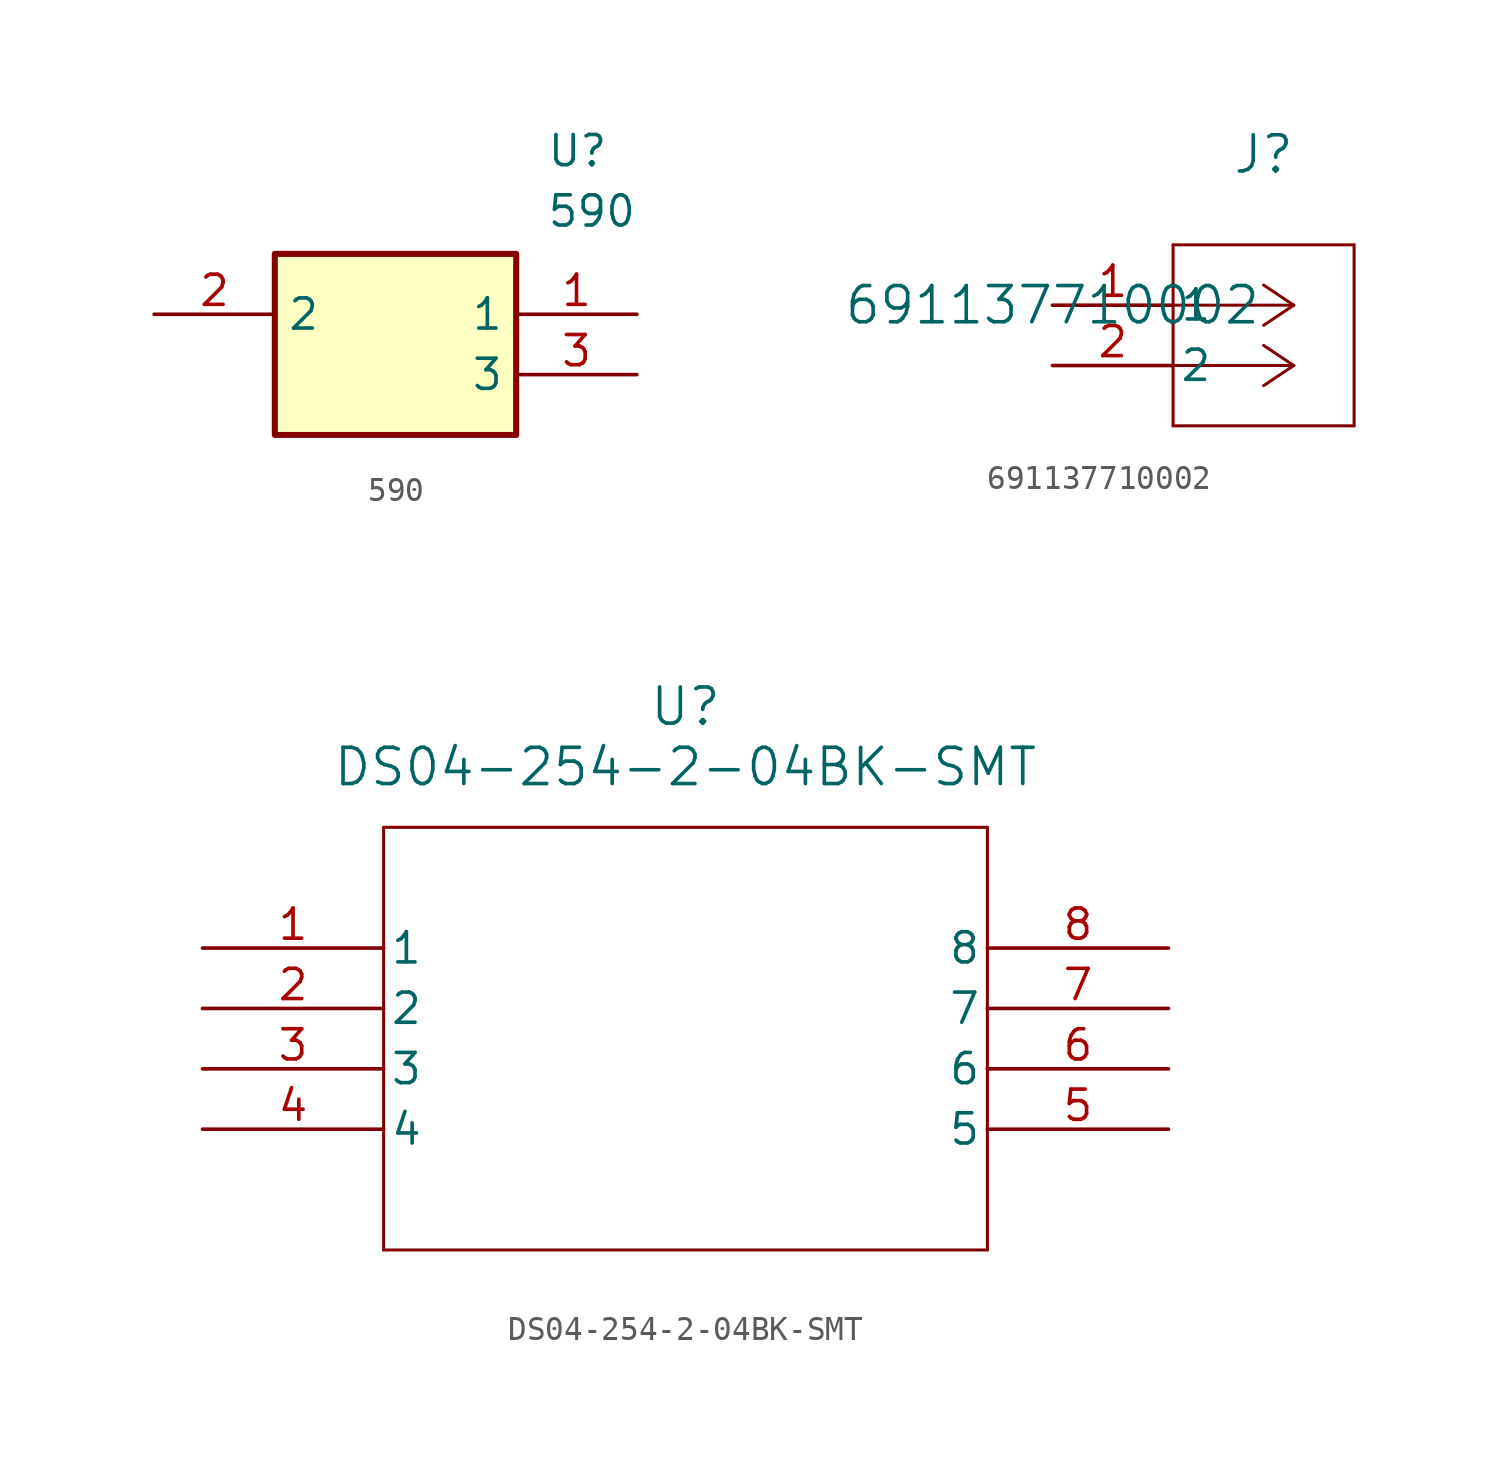
<source format=kicad_sym>
(kicad_symbol_lib
  (version 20231120)
  (generator "kicad_symbol_editor")
  (generator_version "8.0")
  (symbol "590"
    (property "Reference" "U"
      (at 16.51 7.62 0)
      (effects (font (size 1.27 1.27)) (justify left top)))
    (property "Value" "590"
      (at 16.51 5.08 0)
      (effects (font (size 1.27 1.27)) (justify left top)))
    (symbol "590_1_1"
      (rectangle (start 5.08 2.54) (end 15.24 -5.08) (stroke (width 0.254) (type default)) (fill (type background)))
      (pin passive line (at 20.32 0 180) (length 5.08) (name "1" (effects (font (size 1.27 1.27)))) (number "1" (effects (font (size 1.27 1.27)))))
      (pin passive line (at 0 0 0) (length 5.08) (name "2" (effects (font (size 1.27 1.27)))) (number "2" (effects (font (size 1.27 1.27)))))
      (pin passive line (at 20.32 -2.54 180) (length 5.08) (name "3" (effects (font (size 1.27 1.27)))) (number "3" (effects (font (size 1.27 1.27)))))))
  (symbol "691137710002"
    (pin_names
      (offset 0.254))
    (property "Reference" "J"
      (at 8.89 6.35 0)
      (effects (font (size 1.524 1.524))))
    (property "Value" "691137710002"
      (at 0 0 0)
      (effects (font (size 1.524 1.524))))
    (property "ki_locked" ""
      (at 0 0 0)
      (effects (font (size 1.27 1.27))))
    (symbol "691137710002_0_1"
      (polyline (pts (xy 5.08 -5.08) (xy 12.7 -5.08)) (stroke (width 0.127) (type default)) (fill (type none)))
      (polyline (pts (xy 5.08 2.54) (xy 5.08 -5.08)) (stroke (width 0.127) (type default)) (fill (type none)))
      (polyline (pts (xy 10.16 -2.54) (xy 5.08 -2.54)) (stroke (width 0.127) (type default)) (fill (type none)))
      (polyline (pts (xy 10.16 -2.54) (xy 8.89 -3.387)) (stroke (width 0.127) (type default)) (fill (type none)))
      (polyline (pts (xy 10.16 -2.54) (xy 8.89 -1.693)) (stroke (width 0.127) (type default)) (fill (type none)))
      (polyline (pts (xy 10.16 0) (xy 5.08 0)) (stroke (width 0.127) (type default)) (fill (type none)))
      (polyline (pts (xy 10.16 0) (xy 8.89 -0.847)) (stroke (width 0.127) (type default)) (fill (type none)))
      (polyline (pts (xy 10.16 0) (xy 8.89 0.847)) (stroke (width 0.127) (type default)) (fill (type none)))
      (polyline (pts (xy 12.7 -5.08) (xy 12.7 2.54)) (stroke (width 0.127) (type default)) (fill (type none)))
      (polyline (pts (xy 12.7 2.54) (xy 5.08 2.54)) (stroke (width 0.127) (type default)) (fill (type none)))
      (pin unspecified line (at 0 0 0) (length 5.08) (name "1" (effects (font (size 1.27 1.27)))) (number "1" (effects (font (size 1.27 1.27)))))
      (pin unspecified line (at 0 -2.54 0) (length 5.08) (name "2" (effects (font (size 1.27 1.27)))) (number "2" (effects (font (size 1.27 1.27)))))))
  (symbol "DS04-254-2-04BK-SMT"
    (pin_names
      (offset 0.254))
    (property "Reference" "U"
      (at 20.32 10.16 0)
      (effects (font (size 1.524 1.524))))
    (property "Value" "DS04-254-2-04BK-SMT"
      (at 20.32 7.62 0)
      (effects (font (size 1.524 1.524))))
    (property "ki_locked" ""
      (at 0 0 0)
      (effects (font (size 1.27 1.27))))
    (symbol "DS04-254-2-04BK-SMT_0_1"
      (polyline (pts (xy 7.62 -12.7) (xy 33.02 -12.7)) (stroke (width 0.127) (type default)) (fill (type none)))
      (polyline (pts (xy 7.62 5.08) (xy 7.62 -12.7)) (stroke (width 0.127) (type default)) (fill (type none)))
      (polyline (pts (xy 33.02 -12.7) (xy 33.02 5.08)) (stroke (width 0.127) (type default)) (fill (type none)))
      (polyline (pts (xy 33.02 5.08) (xy 7.62 5.08)) (stroke (width 0.127) (type default)) (fill (type none)))
      (pin unspecified line (at 0 0 0) (length 7.62) (name "1" (effects (font (size 1.27 1.27)))) (number "1" (effects (font (size 1.27 1.27)))))
      (pin unspecified line (at 0 -2.54 0) (length 7.62) (name "2" (effects (font (size 1.27 1.27)))) (number "2" (effects (font (size 1.27 1.27)))))
      (pin unspecified line (at 0 -5.08 0) (length 7.62) (name "3" (effects (font (size 1.27 1.27)))) (number "3" (effects (font (size 1.27 1.27)))))
      (pin unspecified line (at 0 -7.62 0) (length 7.62) (name "4" (effects (font (size 1.27 1.27)))) (number "4" (effects (font (size 1.27 1.27)))))
      (pin unspecified line (at 40.64 -7.62 180) (length 7.62) (name "5" (effects (font (size 1.27 1.27)))) (number "5" (effects (font (size 1.27 1.27)))))
      (pin unspecified line (at 40.64 -5.08 180) (length 7.62) (name "6" (effects (font (size 1.27 1.27)))) (number "6" (effects (font (size 1.27 1.27)))))
      (pin unspecified line (at 40.64 -2.54 180) (length 7.62) (name "7" (effects (font (size 1.27 1.27)))) (number "7" (effects (font (size 1.27 1.27)))))
      (pin unspecified line (at 40.64 0 180) (length 7.62) (name "8" (effects (font (size 1.27 1.27)))) (number "8" (effects (font (size 1.27 1.27))))))))
</source>
